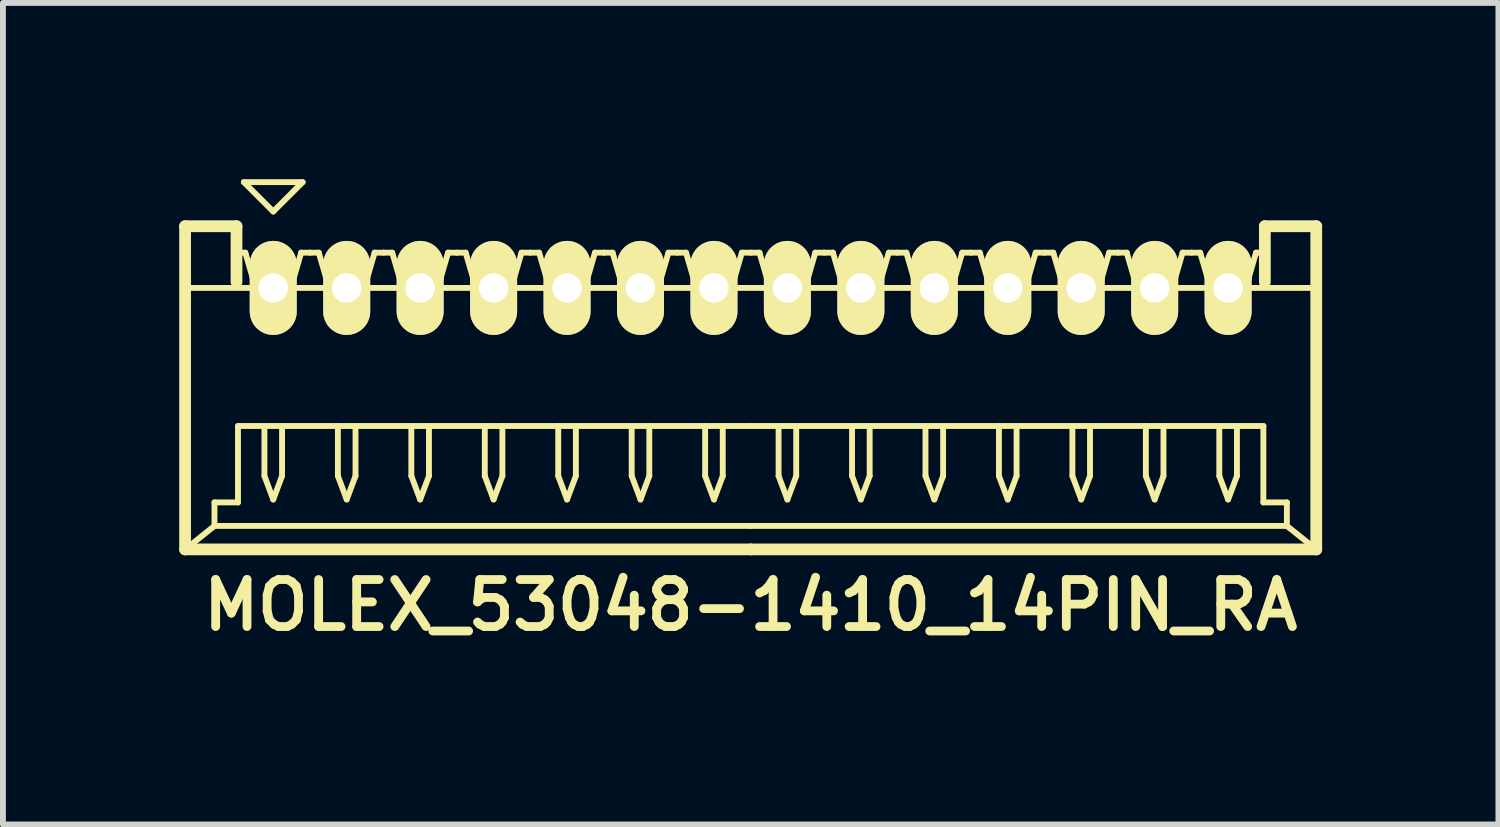
<source format=kicad_pcb>
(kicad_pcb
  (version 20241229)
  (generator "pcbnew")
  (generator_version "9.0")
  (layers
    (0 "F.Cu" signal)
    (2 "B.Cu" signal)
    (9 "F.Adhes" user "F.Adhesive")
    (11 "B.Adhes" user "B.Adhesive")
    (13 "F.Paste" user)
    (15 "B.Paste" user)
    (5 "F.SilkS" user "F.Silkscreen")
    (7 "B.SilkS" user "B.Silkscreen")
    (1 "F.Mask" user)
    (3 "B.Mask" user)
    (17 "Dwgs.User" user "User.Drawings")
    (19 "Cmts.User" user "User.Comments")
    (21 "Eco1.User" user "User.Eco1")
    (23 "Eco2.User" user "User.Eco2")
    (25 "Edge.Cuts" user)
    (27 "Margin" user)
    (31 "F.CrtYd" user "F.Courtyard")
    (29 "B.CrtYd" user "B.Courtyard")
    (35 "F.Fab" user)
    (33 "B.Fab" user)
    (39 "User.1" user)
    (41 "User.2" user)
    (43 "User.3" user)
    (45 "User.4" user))
  (footprint "MOLEX_53048-1410_14PIN_RA"
    (layer "F.Cu")
    (at 9.725 3.55)
    (property "Reference" "MOLEX_53048-1410_14PIN_RA" (at 0 3.7 0) (layer "F.SilkS") (effects (font (size 0.8 0.8) (thickness 0.15))))
    (attr through_hole)
    (fp_line (start -9.625 -2.75) (end -8.75 -2.75) (stroke (width 0.2) (type solid)) (layer "F.SilkS"))
    (fp_line (start -9.625 -1.7) (end 9.625 -1.7) (stroke (width 0.1) (type solid)) (layer "F.SilkS"))
    (fp_line (start -9.625 2.75) (end -9.625 -2.75) (stroke (width 0.2) (type solid)) (layer "F.SilkS"))
    (fp_line (start -9.125 1.95) (end -9.125 2.35) (stroke (width 0.1) (type solid)) (layer "F.SilkS"))
    (fp_line (start -9.125 2.35) (end -9.625 2.75) (stroke (width 0.1) (type solid)) (layer "F.SilkS"))
    (fp_line (start -9.125 2.35) (end 0 2.35) (stroke (width 0.1) (type solid)) (layer "F.SilkS"))
    (fp_line (start -8.75 -2.75) (end -8.75 -1.8) (stroke (width 0.2) (type solid)) (layer "F.SilkS"))
    (fp_line (start -8.75 -2.3) (end -8.6 -2.3) (stroke (width 0.1) (type solid)) (layer "F.SilkS"))
    (fp_line (start -8.725 0.65) (end -8.725 1.95) (stroke (width 0.1) (type solid)) (layer "F.SilkS"))
    (fp_line (start -8.725 1.95) (end -9.125 1.95) (stroke (width 0.1) (type solid)) (layer "F.SilkS"))
    (fp_line (start -8.625 -3.5) (end -8.125 -3) (stroke (width 0.1) (type solid)) (layer "F.SilkS"))
    (fp_line (start -8.6 -2.3) (end -8.425 -1.7) (stroke (width 0.1) (type solid)) (layer "F.SilkS"))
    (fp_line (start -8.425 -1.7) (end -7.825 -1.7) (stroke (width 0.1) (type solid)) (layer "F.SilkS"))
    (fp_line (start -8.275 0.65) (end -8.275 1.5) (stroke (width 0.1) (type solid)) (layer "F.SilkS"))
    (fp_line (start -8.275 1.5) (end -8.125 1.9) (stroke (width 0.1) (type solid)) (layer "F.SilkS"))
    (fp_line (start -8.125 -3) (end -7.625 -3.5) (stroke (width 0.1) (type solid)) (layer "F.SilkS"))
    (fp_line (start -8.125 1.9) (end -7.975 1.5) (stroke (width 0.1) (type solid)) (layer "F.SilkS"))
    (fp_line (start -7.975 1.5) (end -7.975 0.65) (stroke (width 0.1) (type solid)) (layer "F.SilkS"))
    (fp_line (start -7.825 -1.7) (end -7.65 -2.3) (stroke (width 0.1) (type solid)) (layer "F.SilkS"))
    (fp_line (start -7.65 -2.3) (end -7.5 -2.3) (stroke (width 0.1) (type solid)) (layer "F.SilkS"))
    (fp_line (start -7.625 -3.5) (end -8.625 -3.5) (stroke (width 0.1) (type solid)) (layer "F.SilkS"))
    (fp_line (start -7.5 -2.3) (end -7.35 -2.3) (stroke (width 0.1) (type solid)) (layer "F.SilkS"))
    (fp_line (start -7.35 -2.3) (end -7.175 -1.7) (stroke (width 0.1) (type solid)) (layer "F.SilkS"))
    (fp_line (start -7.175 -1.7) (end -6.575 -1.7) (stroke (width 0.1) (type solid)) (layer "F.SilkS"))
    (fp_line (start -7.025 0.65) (end -7.025 1.5) (stroke (width 0.1) (type solid)) (layer "F.SilkS"))
    (fp_line (start -7.025 1.5) (end -6.875 1.9) (stroke (width 0.1) (type solid)) (layer "F.SilkS"))
    (fp_line (start -6.875 1.9) (end -6.725 1.5) (stroke (width 0.1) (type solid)) (layer "F.SilkS"))
    (fp_line (start -6.725 1.5) (end -6.725 0.65) (stroke (width 0.1) (type solid)) (layer "F.SilkS"))
    (fp_line (start -6.575 -1.7) (end -6.4 -2.3) (stroke (width 0.1) (type solid)) (layer "F.SilkS"))
    (fp_line (start -6.4 -2.3) (end -6.25 -2.3) (stroke (width 0.1) (type solid)) (layer "F.SilkS"))
    (fp_line (start -6.25 -2.3) (end -6.1 -2.3) (stroke (width 0.1) (type solid)) (layer "F.SilkS"))
    (fp_line (start -6.1 -2.3) (end -5.925 -1.7) (stroke (width 0.1) (type solid)) (layer "F.SilkS"))
    (fp_line (start -5.925 -1.7) (end -5.325 -1.7) (stroke (width 0.1) (type solid)) (layer "F.SilkS"))
    (fp_line (start -5.775 0.65) (end -5.775 1.5) (stroke (width 0.1) (type solid)) (layer "F.SilkS"))
    (fp_line (start -5.775 1.5) (end -5.625 1.9) (stroke (width 0.1) (type solid)) (layer "F.SilkS"))
    (fp_line (start -5.625 1.9) (end -5.475 1.5) (stroke (width 0.1) (type solid)) (layer "F.SilkS"))
    (fp_line (start -5.475 1.5) (end -5.475 0.65) (stroke (width 0.1) (type solid)) (layer "F.SilkS"))
    (fp_line (start -5.325 -1.7) (end -5.15 -2.3) (stroke (width 0.1) (type solid)) (layer "F.SilkS"))
    (fp_line (start -5.15 -2.3) (end -5 -2.3) (stroke (width 0.1) (type solid)) (layer "F.SilkS"))
    (fp_line (start -5 -2.3) (end -4.85 -2.3) (stroke (width 0.1) (type solid)) (layer "F.SilkS"))
    (fp_line (start -4.85 -2.3) (end -4.675 -1.7) (stroke (width 0.1) (type solid)) (layer "F.SilkS"))
    (fp_line (start -4.675 -1.7) (end -4.075 -1.7) (stroke (width 0.1) (type solid)) (layer "F.SilkS"))
    (fp_line (start -4.525 0.65) (end -4.525 1.5) (stroke (width 0.1) (type solid)) (layer "F.SilkS"))
    (fp_line (start -4.525 1.5) (end -4.375 1.9) (stroke (width 0.1) (type solid)) (layer "F.SilkS"))
    (fp_line (start -4.375 1.9) (end -4.225 1.5) (stroke (width 0.1) (type solid)) (layer "F.SilkS"))
    (fp_line (start -4.225 1.5) (end -4.225 0.65) (stroke (width 0.1) (type solid)) (layer "F.SilkS"))
    (fp_line (start -4.075 -1.7) (end -3.9 -2.3) (stroke (width 0.1) (type solid)) (layer "F.SilkS"))
    (fp_line (start -3.9 -2.3) (end -3.75 -2.3) (stroke (width 0.1) (type solid)) (layer "F.SilkS"))
    (fp_line (start -3.75 -2.3) (end -3.6 -2.3) (stroke (width 0.1) (type solid)) (layer "F.SilkS"))
    (fp_line (start -3.6 -2.3) (end -3.425 -1.7) (stroke (width 0.1) (type solid)) (layer "F.SilkS"))
    (fp_line (start -3.425 -1.7) (end -2.825 -1.7) (stroke (width 0.1) (type solid)) (layer "F.SilkS"))
    (fp_line (start -3.275 0.65) (end -3.275 1.5) (stroke (width 0.1) (type solid)) (layer "F.SilkS"))
    (fp_line (start -3.275 1.5) (end -3.125 1.9) (stroke (width 0.1) (type solid)) (layer "F.SilkS"))
    (fp_line (start -3.125 1.9) (end -2.975 1.5) (stroke (width 0.1) (type solid)) (layer "F.SilkS"))
    (fp_line (start -2.975 1.5) (end -2.975 0.65) (stroke (width 0.1) (type solid)) (layer "F.SilkS"))
    (fp_line (start -2.825 -1.7) (end -2.65 -2.3) (stroke (width 0.1) (type solid)) (layer "F.SilkS"))
    (fp_line (start -2.65 -2.3) (end -2.5 -2.3) (stroke (width 0.1) (type solid)) (layer "F.SilkS"))
    (fp_line (start -2.5 -2.3) (end -2.35 -2.3) (stroke (width 0.1) (type solid)) (layer "F.SilkS"))
    (fp_line (start -2.35 -2.3) (end -2.175 -1.7) (stroke (width 0.1) (type solid)) (layer "F.SilkS"))
    (fp_line (start -2.175 -1.7) (end -1.575 -1.7) (stroke (width 0.1) (type solid)) (layer "F.SilkS"))
    (fp_line (start -2.025 0.65) (end -2.025 1.5) (stroke (width 0.1) (type solid)) (layer "F.SilkS"))
    (fp_line (start -2.025 1.5) (end -1.875 1.9) (stroke (width 0.1) (type solid)) (layer "F.SilkS"))
    (fp_line (start -1.875 1.9) (end -1.725 1.5) (stroke (width 0.1) (type solid)) (layer "F.SilkS"))
    (fp_line (start -1.725 1.5) (end -1.725 0.65) (stroke (width 0.1) (type solid)) (layer "F.SilkS"))
    (fp_line (start -1.575 -1.7) (end -1.4 -2.3) (stroke (width 0.1) (type solid)) (layer "F.SilkS"))
    (fp_line (start -1.4 -2.3) (end -1.25 -2.3) (stroke (width 0.1) (type solid)) (layer "F.SilkS"))
    (fp_line (start -1.25 -2.3) (end -1.1 -2.3) (stroke (width 0.1) (type solid)) (layer "F.SilkS"))
    (fp_line (start -1.1 -2.3) (end -0.925 -1.7) (stroke (width 0.1) (type solid)) (layer "F.SilkS"))
    (fp_line (start -0.925 -1.7) (end -0.325 -1.7) (stroke (width 0.1) (type solid)) (layer "F.SilkS"))
    (fp_line (start -0.775 0.65) (end -0.775 1.5) (stroke (width 0.1) (type solid)) (layer "F.SilkS"))
    (fp_line (start -0.775 1.5) (end -0.625 1.9) (stroke (width 0.1) (type solid)) (layer "F.SilkS"))
    (fp_line (start -0.625 1.9) (end -0.475 1.5) (stroke (width 0.1) (type solid)) (layer "F.SilkS"))
    (fp_line (start -0.475 1.5) (end -0.475 0.65) (stroke (width 0.1) (type solid)) (layer "F.SilkS"))
    (fp_line (start -0.325 -1.7) (end -0.15 -2.3) (stroke (width 0.1) (type solid)) (layer "F.SilkS"))
    (fp_line (start -0.15 -2.3) (end 0 -2.3) (stroke (width 0.1) (type solid)) (layer "F.SilkS"))
    (fp_line (start 0 -2.3) (end 0.15 -2.3) (stroke (width 0.1) (type solid)) (layer "F.SilkS"))
    (fp_line (start 0 0.65) (end -8.725 0.65) (stroke (width 0.1) (type solid)) (layer "F.SilkS"))
    (fp_line (start 0 0.65) (end 8.725 0.65) (stroke (width 0.1) (type solid)) (layer "F.SilkS"))
    (fp_line (start 0 2.75) (end -9.625 2.75) (stroke (width 0.2) (type solid)) (layer "F.SilkS"))
    (fp_line (start 0 2.75) (end 9.625 2.75) (stroke (width 0.2) (type solid)) (layer "F.SilkS"))
    (fp_line (start 0.15 -2.3) (end 0.325 -1.7) (stroke (width 0.1) (type solid)) (layer "F.SilkS"))
    (fp_line (start 0.325 -1.7) (end 0.925 -1.7) (stroke (width 0.1) (type solid)) (layer "F.SilkS"))
    (fp_line (start 0.475 0.65) (end 0.475 1.5) (stroke (width 0.1) (type solid)) (layer "F.SilkS"))
    (fp_line (start 0.475 1.5) (end 0.625 1.9) (stroke (width 0.1) (type solid)) (layer "F.SilkS"))
    (fp_line (start 0.625 1.9) (end 0.775 1.5) (stroke (width 0.1) (type solid)) (layer "F.SilkS"))
    (fp_line (start 0.775 1.5) (end 0.775 0.65) (stroke (width 0.1) (type solid)) (layer "F.SilkS"))
    (fp_line (start 0.925 -1.7) (end 1.1 -2.3) (stroke (width 0.1) (type solid)) (layer "F.SilkS"))
    (fp_line (start 1.1 -2.3) (end 1.25 -2.3) (stroke (width 0.1) (type solid)) (layer "F.SilkS"))
    (fp_line (start 1.25 -2.3) (end 1.4 -2.3) (stroke (width 0.1) (type solid)) (layer "F.SilkS"))
    (fp_line (start 1.4 -2.3) (end 1.575 -1.7) (stroke (width 0.1) (type solid)) (layer "F.SilkS"))
    (fp_line (start 1.575 -1.7) (end 2.175 -1.7) (stroke (width 0.1) (type solid)) (layer "F.SilkS"))
    (fp_line (start 1.725 0.65) (end 1.725 1.5) (stroke (width 0.1) (type solid)) (layer "F.SilkS"))
    (fp_line (start 1.725 1.5) (end 1.875 1.9) (stroke (width 0.1) (type solid)) (layer "F.SilkS"))
    (fp_line (start 1.875 1.9) (end 2.025 1.5) (stroke (width 0.1) (type solid)) (layer "F.SilkS"))
    (fp_line (start 2.025 1.5) (end 2.025 0.65) (stroke (width 0.1) (type solid)) (layer "F.SilkS"))
    (fp_line (start 2.175 -1.7) (end 2.35 -2.3) (stroke (width 0.1) (type solid)) (layer "F.SilkS"))
    (fp_line (start 2.35 -2.3) (end 2.5 -2.3) (stroke (width 0.1) (type solid)) (layer "F.SilkS"))
    (fp_line (start 2.5 -2.3) (end 2.65 -2.3) (stroke (width 0.1) (type solid)) (layer "F.SilkS"))
    (fp_line (start 2.65 -2.3) (end 2.825 -1.7) (stroke (width 0.1) (type solid)) (layer "F.SilkS"))
    (fp_line (start 2.825 -1.7) (end 3.425 -1.7) (stroke (width 0.1) (type solid)) (layer "F.SilkS"))
    (fp_line (start 2.975 0.65) (end 2.975 1.5) (stroke (width 0.1) (type solid)) (layer "F.SilkS"))
    (fp_line (start 2.975 1.5) (end 3.125 1.9) (stroke (width 0.1) (type solid)) (layer "F.SilkS"))
    (fp_line (start 3.125 1.9) (end 3.275 1.5) (stroke (width 0.1) (type solid)) (layer "F.SilkS"))
    (fp_line (start 3.275 1.5) (end 3.275 0.65) (stroke (width 0.1) (type solid)) (layer "F.SilkS"))
    (fp_line (start 3.425 -1.7) (end 3.6 -2.3) (stroke (width 0.1) (type solid)) (layer "F.SilkS"))
    (fp_line (start 3.6 -2.3) (end 3.75 -2.3) (stroke (width 0.1) (type solid)) (layer "F.SilkS"))
    (fp_line (start 3.75 -2.3) (end 3.9 -2.3) (stroke (width 0.1) (type solid)) (layer "F.SilkS"))
    (fp_line (start 3.9 -2.3) (end 4.075 -1.7) (stroke (width 0.1) (type solid)) (layer "F.SilkS"))
    (fp_line (start 4.075 -1.7) (end 4.675 -1.7) (stroke (width 0.1) (type solid)) (layer "F.SilkS"))
    (fp_line (start 4.225 0.65) (end 4.225 1.5) (stroke (width 0.1) (type solid)) (layer "F.SilkS"))
    (fp_line (start 4.225 1.5) (end 4.375 1.9) (stroke (width 0.1) (type solid)) (layer "F.SilkS"))
    (fp_line (start 4.375 1.9) (end 4.525 1.5) (stroke (width 0.1) (type solid)) (layer "F.SilkS"))
    (fp_line (start 4.525 1.5) (end 4.525 0.65) (stroke (width 0.1) (type solid)) (layer "F.SilkS"))
    (fp_line (start 4.675 -1.7) (end 4.85 -2.3) (stroke (width 0.1) (type solid)) (layer "F.SilkS"))
    (fp_line (start 4.85 -2.3) (end 5 -2.3) (stroke (width 0.1) (type solid)) (layer "F.SilkS"))
    (fp_line (start 5 -2.3) (end 5.15 -2.3) (stroke (width 0.1) (type solid)) (layer "F.SilkS"))
    (fp_line (start 5.15 -2.3) (end 5.325 -1.7) (stroke (width 0.1) (type solid)) (layer "F.SilkS"))
    (fp_line (start 5.325 -1.7) (end 5.925 -1.7) (stroke (width 0.1) (type solid)) (layer "F.SilkS"))
    (fp_line (start 5.475 0.65) (end 5.475 1.5) (stroke (width 0.1) (type solid)) (layer "F.SilkS"))
    (fp_line (start 5.475 1.5) (end 5.625 1.9) (stroke (width 0.1) (type solid)) (layer "F.SilkS"))
    (fp_line (start 5.625 1.9) (end 5.775 1.5) (stroke (width 0.1) (type solid)) (layer "F.SilkS"))
    (fp_line (start 5.775 1.5) (end 5.775 0.65) (stroke (width 0.1) (type solid)) (layer "F.SilkS"))
    (fp_line (start 5.925 -1.7) (end 6.1 -2.3) (stroke (width 0.1) (type solid)) (layer "F.SilkS"))
    (fp_line (start 6.1 -2.3) (end 6.25 -2.3) (stroke (width 0.1) (type solid)) (layer "F.SilkS"))
    (fp_line (start 6.25 -2.3) (end 6.4 -2.3) (stroke (width 0.1) (type solid)) (layer "F.SilkS"))
    (fp_line (start 6.4 -2.3) (end 6.575 -1.7) (stroke (width 0.1) (type solid)) (layer "F.SilkS"))
    (fp_line (start 6.575 -1.7) (end 7.175 -1.7) (stroke (width 0.1) (type solid)) (layer "F.SilkS"))
    (fp_line (start 6.725 0.65) (end 6.725 1.5) (stroke (width 0.1) (type solid)) (layer "F.SilkS"))
    (fp_line (start 6.725 1.5) (end 6.875 1.9) (stroke (width 0.1) (type solid)) (layer "F.SilkS"))
    (fp_line (start 6.875 1.9) (end 7.025 1.5) (stroke (width 0.1) (type solid)) (layer "F.SilkS"))
    (fp_line (start 7.025 1.5) (end 7.025 0.65) (stroke (width 0.1) (type solid)) (layer "F.SilkS"))
    (fp_line (start 7.175 -1.7) (end 7.35 -2.3) (stroke (width 0.1) (type solid)) (layer "F.SilkS"))
    (fp_line (start 7.35 -2.3) (end 7.5 -2.3) (stroke (width 0.1) (type solid)) (layer "F.SilkS"))
    (fp_line (start 7.5 -2.3) (end 7.65 -2.3) (stroke (width 0.1) (type solid)) (layer "F.SilkS"))
    (fp_line (start 7.65 -2.3) (end 7.825 -1.7) (stroke (width 0.1) (type solid)) (layer "F.SilkS"))
    (fp_line (start 7.825 -1.7) (end 8.425 -1.7) (stroke (width 0.1) (type solid)) (layer "F.SilkS"))
    (fp_line (start 7.975 0.65) (end 7.975 1.5) (stroke (width 0.1) (type solid)) (layer "F.SilkS"))
    (fp_line (start 7.975 1.5) (end 8.125 1.9) (stroke (width 0.1) (type solid)) (layer "F.SilkS"))
    (fp_line (start 8.125 1.9) (end 8.275 1.5) (stroke (width 0.1) (type solid)) (layer "F.SilkS"))
    (fp_line (start 8.275 1.5) (end 8.275 0.65) (stroke (width 0.1) (type solid)) (layer "F.SilkS"))
    (fp_line (start 8.425 -1.7) (end 8.6 -2.3) (stroke (width 0.1) (type solid)) (layer "F.SilkS"))
    (fp_line (start 8.6 -2.3) (end 8.75 -2.3) (stroke (width 0.1) (type solid)) (layer "F.SilkS"))
    (fp_line (start 8.725 0.65) (end 8.725 1.95) (stroke (width 0.1) (type solid)) (layer "F.SilkS"))
    (fp_line (start 8.725 1.95) (end 9.125 1.95) (stroke (width 0.1) (type solid)) (layer "F.SilkS"))
    (fp_line (start 8.75 -2.75) (end 8.75 -1.8) (stroke (width 0.2) (type solid)) (layer "F.SilkS"))
    (fp_line (start 9.125 1.95) (end 9.125 2.35) (stroke (width 0.1) (type solid)) (layer "F.SilkS"))
    (fp_line (start 9.125 2.35) (end 0 2.35) (stroke (width 0.1) (type solid)) (layer "F.SilkS"))
    (fp_line (start 9.125 2.35) (end 9.625 2.75) (stroke (width 0.1) (type solid)) (layer "F.SilkS"))
    (fp_line (start 9.625 -2.75) (end 8.75 -2.75) (stroke (width 0.2) (type solid)) (layer "F.SilkS"))
    (fp_line (start 9.625 2.75) (end 9.625 -2.75) (stroke (width 0.2) (type solid)) (layer "F.SilkS"))
    (pad "1" thru_hole oval (at -8.125 -1.7) (size 0.8 1.6) (drill 0.5) (layers "*.Cu" "*.Mask" "F.SilkS"))
    (pad "2" thru_hole oval (at -6.875 -1.7) (size 0.8 1.6) (drill 0.5) (layers "*.Cu" "*.Mask" "F.SilkS"))
    (pad "3" thru_hole oval (at -5.625 -1.7) (size 0.8 1.6) (drill 0.5) (layers "*.Cu" "*.Mask" "F.SilkS"))
    (pad "4" thru_hole oval (at -4.375 -1.7) (size 0.8 1.6) (drill 0.5) (layers "*.Cu" "*.Mask" "F.SilkS"))
    (pad "5" thru_hole oval (at -3.125 -1.7) (size 0.8 1.6) (drill 0.5) (layers "*.Cu" "*.Mask" "F.SilkS"))
    (pad "6" thru_hole oval (at -1.875 -1.7) (size 0.8 1.6) (drill 0.5) (layers "*.Cu" "*.Mask" "F.SilkS"))
    (pad "7" thru_hole oval (at -0.625 -1.7) (size 0.8 1.6) (drill 0.5) (layers "*.Cu" "*.Mask" "F.SilkS"))
    (pad "8" thru_hole oval (at 0.625 -1.7) (size 0.8 1.6) (drill 0.5) (layers "*.Cu" "*.Mask" "F.SilkS"))
    (pad "9" thru_hole oval (at 1.875 -1.7) (size 0.8 1.6) (drill 0.5) (layers "*.Cu" "*.Mask" "F.SilkS"))
    (pad "10" thru_hole oval (at 3.125 -1.7) (size 0.8 1.6) (drill 0.5) (layers "*.Cu" "*.Mask" "F.SilkS"))
    (pad "11" thru_hole oval (at 4.375 -1.7) (size 0.8 1.6) (drill 0.5) (layers "*.Cu" "*.Mask" "F.SilkS"))
    (pad "12" thru_hole oval (at 5.625 -1.7) (size 0.8 1.6) (drill 0.5) (layers "*.Cu" "*.Mask" "F.SilkS"))
    (pad "13" thru_hole oval (at 6.875 -1.7) (size 0.8 1.6) (drill 0.5) (layers "*.Cu" "*.Mask" "F.SilkS"))
    (pad "14" thru_hole oval (at 8.125 -1.7) (size 0.8 1.6) (drill 0.5) (layers "*.Cu" "*.Mask" "F.SilkS")))
  (gr_rect
    (start -3 -3)
    (end 22.45 10.981)
    (stroke (width 0.1) (type default))
    (fill no)
    (layer "Edge.Cuts")))
</source>
